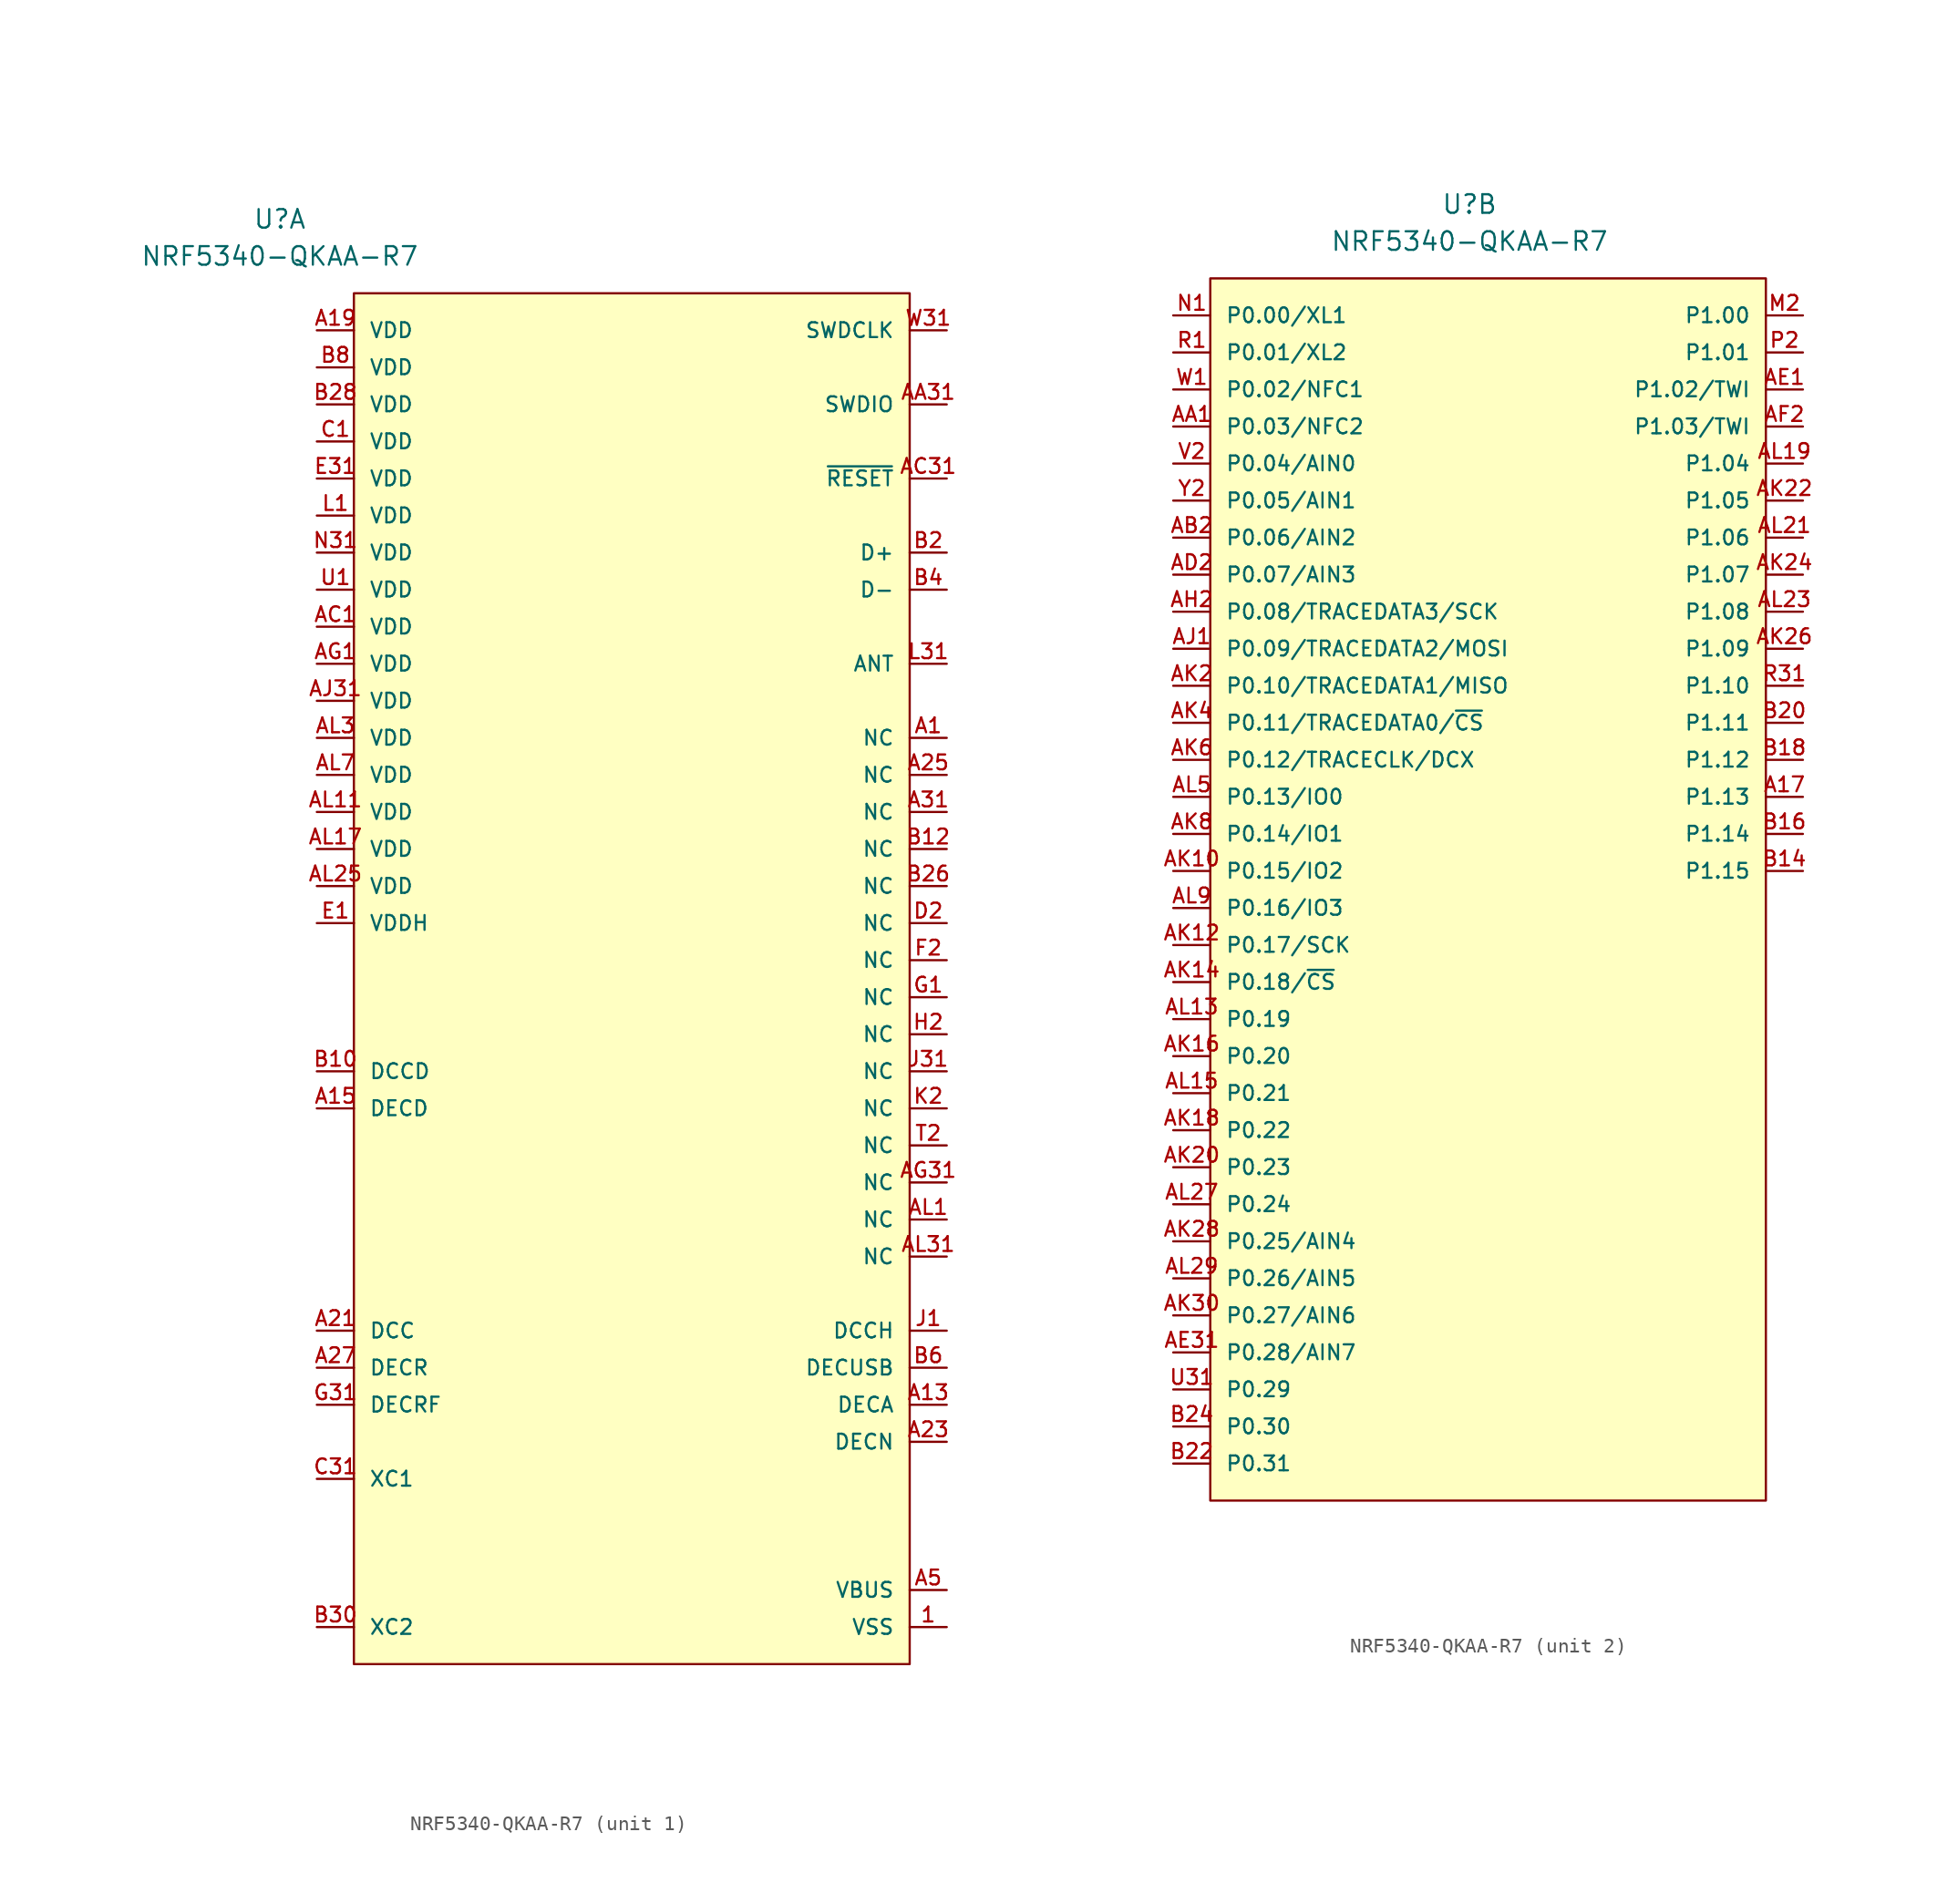
<source format=kicad_sym>
(kicad_symbol_lib
  (version 20220914)
  (generator kicad_symbol_editor)
  (symbol "NRF5340-QKAA-R7"
    (pin_names
      (offset 1.016))
    (property "Reference" "U"
      (at 0 7.62 0)
      (effects (font (size 1.27 1.27))))
    (property "Value" "NRF5340-QKAA-R7"
      (at 0 5.08 0)
      (effects (font (size 1.27 1.27))))
    (property "ki_locked" ""
      (at 0 0 0)
      (effects (font (size 1.27 1.27))))
    (symbol "NRF5340-QKAA-R7_1_1"
      (rectangle (start 5.08 2.54) (end 43.18 -91.44) (stroke (width 0) (type solid)) (fill (type background)))
      (pin power_in line (at 45.72 -88.9 180) (length 2.54) (name "VSS" (effects (font (size 1.016 1.016)))) (number "1" (effects (font (size 1.016 1.016)))))
      (pin passive line (at 45.72 -27.94 180) (length 2.54) (name "NC" (effects (font (size 1.016 1.016)))) (number "A1" (effects (font (size 1.016 1.016)))))
      (pin power_in line (at 45.72 -73.66 180) (length 2.54) (name "DECA" (effects (font (size 1.016 1.016)))) (number "A13" (effects (font (size 1.016 1.016)))))
      (pin power_in line (at 2.54 -53.34 0) (length 2.54) (name "DECD" (effects (font (size 1.016 1.016)))) (number "A15" (effects (font (size 1.016 1.016)))))
      (pin power_in line (at 2.54 0 0) (length 2.54) (name "VDD" (effects (font (size 1.016 1.016)))) (number "A19" (effects (font (size 1.016 1.016)))))
      (pin power_in line (at 2.54 -68.58 0) (length 2.54) (name "DCC" (effects (font (size 1.016 1.016)))) (number "A21" (effects (font (size 1.016 1.016)))))
      (pin power_in line (at 45.72 -76.2 180) (length 2.54) (name "DECN" (effects (font (size 1.016 1.016)))) (number "A23" (effects (font (size 1.016 1.016)))))
      (pin passive line (at 45.72 -30.48 180) (length 2.54) (name "NC" (effects (font (size 1.016 1.016)))) (number "A25" (effects (font (size 1.016 1.016)))))
      (pin power_in line (at 2.54 -71.12 0) (length 2.54) (name "DECR" (effects (font (size 1.016 1.016)))) (number "A27" (effects (font (size 1.016 1.016)))))
      (pin passive line (at 45.72 -33.02 180) (length 2.54) (name "NC" (effects (font (size 1.016 1.016)))) (number "A31" (effects (font (size 1.016 1.016)))))
      (pin power_in line (at 45.72 -86.36 180) (length 2.54) (name "VBUS" (effects (font (size 1.016 1.016)))) (number "A5" (effects (font (size 1.016 1.016)))))
      (pin bidirectional line (at 45.72 -5.08 180) (length 2.54) (name "SWDIO" (effects (font (size 1.016 1.016)))) (number "AA31" (effects (font (size 1.016 1.016)))))
      (pin power_in line (at 2.54 -20.32 0) (length 2.54) (name "VDD" (effects (font (size 1.016 1.016)))) (number "AC1" (effects (font (size 1.016 1.016)))))
      (pin input line (at 45.72 -10.16 180) (length 2.54) (name "~{RESET}" (effects (font (size 1.016 1.016)))) (number "AC31" (effects (font (size 1.016 1.016)))))
      (pin power_in line (at 2.54 -22.86 0) (length 2.54) (name "VDD" (effects (font (size 1.016 1.016)))) (number "AG1" (effects (font (size 1.016 1.016)))))
      (pin passive line (at 45.72 -58.42 180) (length 2.54) (name "NC" (effects (font (size 1.016 1.016)))) (number "AG31" (effects (font (size 1.016 1.016)))))
      (pin power_in line (at 2.54 -25.4 0) (length 2.54) (name "VDD" (effects (font (size 1.016 1.016)))) (number "AJ31" (effects (font (size 1.016 1.016)))))
      (pin passive line (at 45.72 -60.96 180) (length 2.54) (name "NC" (effects (font (size 1.016 1.016)))) (number "AL1" (effects (font (size 1.016 1.016)))))
      (pin power_in line (at 2.54 -33.02 0) (length 2.54) (name "VDD" (effects (font (size 1.016 1.016)))) (number "AL11" (effects (font (size 1.016 1.016)))))
      (pin power_in line (at 2.54 -35.56 0) (length 2.54) (name "VDD" (effects (font (size 1.016 1.016)))) (number "AL17" (effects (font (size 1.016 1.016)))))
      (pin power_in line (at 2.54 -38.1 0) (length 2.54) (name "VDD" (effects (font (size 1.016 1.016)))) (number "AL25" (effects (font (size 1.016 1.016)))))
      (pin power_in line (at 2.54 -27.94 0) (length 2.54) (name "VDD" (effects (font (size 1.016 1.016)))) (number "AL3" (effects (font (size 1.016 1.016)))))
      (pin passive line (at 45.72 -63.5 180) (length 2.54) (name "NC" (effects (font (size 1.016 1.016)))) (number "AL31" (effects (font (size 1.016 1.016)))))
      (pin power_in line (at 2.54 -30.48 0) (length 2.54) (name "VDD" (effects (font (size 1.016 1.016)))) (number "AL7" (effects (font (size 1.016 1.016)))))
      (pin power_in line (at 2.54 -50.8 0) (length 2.54) (name "DCCD" (effects (font (size 1.016 1.016)))) (number "B10" (effects (font (size 1.016 1.016)))))
      (pin passive line (at 45.72 -35.56 180) (length 2.54) (name "NC" (effects (font (size 1.016 1.016)))) (number "B12" (effects (font (size 1.016 1.016)))))
      (pin bidirectional line (at 45.72 -15.24 180) (length 2.54) (name "D+" (effects (font (size 1.016 1.016)))) (number "B2" (effects (font (size 1.016 1.016)))))
      (pin passive line (at 45.72 -38.1 180) (length 2.54) (name "NC" (effects (font (size 1.016 1.016)))) (number "B26" (effects (font (size 1.016 1.016)))))
      (pin power_in line (at 2.54 -5.08 0) (length 2.54) (name "VDD" (effects (font (size 1.016 1.016)))) (number "B28" (effects (font (size 1.016 1.016)))))
      (pin input line (at 2.54 -88.9 0) (length 2.54) (name "XC2" (effects (font (size 1.016 1.016)))) (number "B30" (effects (font (size 1.016 1.016)))))
      (pin bidirectional line (at 45.72 -17.78 180) (length 2.54) (name "D-" (effects (font (size 1.016 1.016)))) (number "B4" (effects (font (size 1.016 1.016)))))
      (pin power_in line (at 45.72 -71.12 180) (length 2.54) (name "DECUSB" (effects (font (size 1.016 1.016)))) (number "B6" (effects (font (size 1.016 1.016)))))
      (pin power_in line (at 2.54 -2.54 0) (length 2.54) (name "VDD" (effects (font (size 1.016 1.016)))) (number "B8" (effects (font (size 1.016 1.016)))))
      (pin power_in line (at 2.54 -7.62 0) (length 2.54) (name "VDD" (effects (font (size 1.016 1.016)))) (number "C1" (effects (font (size 1.016 1.016)))))
      (pin input line (at 2.54 -78.74 0) (length 2.54) (name "XC1" (effects (font (size 1.016 1.016)))) (number "C31" (effects (font (size 1.016 1.016)))))
      (pin passive line (at 45.72 -40.64 180) (length 2.54) (name "NC" (effects (font (size 1.016 1.016)))) (number "D2" (effects (font (size 1.016 1.016)))))
      (pin power_in line (at 2.54 -40.64 0) (length 2.54) (name "VDDH" (effects (font (size 1.016 1.016)))) (number "E1" (effects (font (size 1.016 1.016)))))
      (pin power_in line (at 2.54 -10.16 0) (length 2.54) (name "VDD" (effects (font (size 1.016 1.016)))) (number "E31" (effects (font (size 1.016 1.016)))))
      (pin passive line (at 45.72 -43.18 180) (length 2.54) (name "NC" (effects (font (size 1.016 1.016)))) (number "F2" (effects (font (size 1.016 1.016)))))
      (pin passive line (at 45.72 -45.72 180) (length 2.54) (name "NC" (effects (font (size 1.016 1.016)))) (number "G1" (effects (font (size 1.016 1.016)))))
      (pin power_in line (at 2.54 -73.66 0) (length 2.54) (name "DECRF" (effects (font (size 1.016 1.016)))) (number "G31" (effects (font (size 1.016 1.016)))))
      (pin passive line (at 45.72 -48.26 180) (length 2.54) (name "NC" (effects (font (size 1.016 1.016)))) (number "H2" (effects (font (size 1.016 1.016)))))
      (pin power_in line (at 45.72 -68.58 180) (length 2.54) (name "DCCH" (effects (font (size 1.016 1.016)))) (number "J1" (effects (font (size 1.016 1.016)))))
      (pin passive line (at 45.72 -50.8 180) (length 2.54) (name "NC" (effects (font (size 1.016 1.016)))) (number "J31" (effects (font (size 1.016 1.016)))))
      (pin passive line (at 45.72 -53.34 180) (length 2.54) (name "NC" (effects (font (size 1.016 1.016)))) (number "K2" (effects (font (size 1.016 1.016)))))
      (pin power_in line (at 2.54 -12.7 0) (length 2.54) (name "VDD" (effects (font (size 1.016 1.016)))) (number "L1" (effects (font (size 1.016 1.016)))))
      (pin passive line (at 45.72 -22.86 180) (length 2.54) (name "ANT" (effects (font (size 1.016 1.016)))) (number "L31" (effects (font (size 1.016 1.016)))))
      (pin power_in line (at 2.54 -15.24 0) (length 2.54) (name "VDD" (effects (font (size 1.016 1.016)))) (number "N31" (effects (font (size 1.016 1.016)))))
      (pin passive line (at 45.72 -55.88 180) (length 2.54) (name "NC" (effects (font (size 1.016 1.016)))) (number "T2" (effects (font (size 1.016 1.016)))))
      (pin power_in line (at 2.54 -17.78 0) (length 2.54) (name "VDD" (effects (font (size 1.016 1.016)))) (number "U1" (effects (font (size 1.016 1.016)))))
      (pin input line (at 45.72 0 180) (length 2.54) (name "SWDCLK" (effects (font (size 1.016 1.016)))) (number "W31" (effects (font (size 1.016 1.016))))))
    (symbol "NRF5340-QKAA-R7_2_1"
      (rectangle (start -17.78 2.54) (end 20.32 -81.28) (stroke (width 0) (type solid)) (fill (type background)))
      (pin bidirectional line (at 22.86 -33.02 180) (length 2.54) (name "P1.13" (effects (font (size 1.016 1.016)))) (number "A17" (effects (font (size 1.016 1.016)))))
      (pin bidirectional line (at -20.32 -7.62 0) (length 2.54) (name "P0.03/NFC2" (effects (font (size 1.016 1.016)))) (number "AA1" (effects (font (size 1.016 1.016)))))
      (pin bidirectional line (at -20.32 -15.24 0) (length 2.54) (name "P0.06/AIN2" (effects (font (size 1.016 1.016)))) (number "AB2" (effects (font (size 1.016 1.016)))))
      (pin bidirectional line (at -20.32 -17.78 0) (length 2.54) (name "P0.07/AIN3" (effects (font (size 1.016 1.016)))) (number "AD2" (effects (font (size 1.016 1.016)))))
      (pin bidirectional line (at 22.86 -5.08 180) (length 2.54) (name "P1.02/TWI" (effects (font (size 1.016 1.016)))) (number "AE1" (effects (font (size 1.016 1.016)))))
      (pin bidirectional line (at -20.32 -71.12 0) (length 2.54) (name "P0.28/AIN7" (effects (font (size 1.016 1.016)))) (number "AE31" (effects (font (size 1.016 1.016)))))
      (pin bidirectional line (at 22.86 -7.62 180) (length 2.54) (name "P1.03/TWI" (effects (font (size 1.016 1.016)))) (number "AF2" (effects (font (size 1.016 1.016)))))
      (pin bidirectional line (at -20.32 -20.32 0) (length 2.54) (name "P0.08/TRACEDATA3/SCK" (effects (font (size 1.016 1.016)))) (number "AH2" (effects (font (size 1.016 1.016)))))
      (pin bidirectional line (at -20.32 -22.86 0) (length 2.54) (name "P0.09/TRACEDATA2/MOSI" (effects (font (size 1.016 1.016)))) (number "AJ1" (effects (font (size 1.016 1.016)))))
      (pin bidirectional line (at -20.32 -38.1 0) (length 2.54) (name "P0.15/IO2" (effects (font (size 1.016 1.016)))) (number "AK10" (effects (font (size 1.016 1.016)))))
      (pin bidirectional line (at -20.32 -43.18 0) (length 2.54) (name "P0.17/SCK" (effects (font (size 1.016 1.016)))) (number "AK12" (effects (font (size 1.016 1.016)))))
      (pin bidirectional line (at -20.32 -45.72 0) (length 2.54) (name "P0.18/~{CS}" (effects (font (size 1.016 1.016)))) (number "AK14" (effects (font (size 1.016 1.016)))))
      (pin bidirectional line (at -20.32 -50.8 0) (length 2.54) (name "P0.20" (effects (font (size 1.016 1.016)))) (number "AK16" (effects (font (size 1.016 1.016)))))
      (pin bidirectional line (at -20.32 -55.88 0) (length 2.54) (name "P0.22" (effects (font (size 1.016 1.016)))) (number "AK18" (effects (font (size 1.016 1.016)))))
      (pin bidirectional line (at -20.32 -25.4 0) (length 2.54) (name "P0.10/TRACEDATA1/MISO" (effects (font (size 1.016 1.016)))) (number "AK2" (effects (font (size 1.016 1.016)))))
      (pin bidirectional line (at -20.32 -58.42 0) (length 2.54) (name "P0.23" (effects (font (size 1.016 1.016)))) (number "AK20" (effects (font (size 1.016 1.016)))))
      (pin bidirectional line (at 22.86 -12.7 180) (length 2.54) (name "P1.05" (effects (font (size 1.016 1.016)))) (number "AK22" (effects (font (size 1.016 1.016)))))
      (pin bidirectional line (at 22.86 -17.78 180) (length 2.54) (name "P1.07" (effects (font (size 1.016 1.016)))) (number "AK24" (effects (font (size 1.016 1.016)))))
      (pin bidirectional line (at 22.86 -22.86 180) (length 2.54) (name "P1.09" (effects (font (size 1.016 1.016)))) (number "AK26" (effects (font (size 1.016 1.016)))))
      (pin bidirectional line (at -20.32 -63.5 0) (length 2.54) (name "P0.25/AIN4" (effects (font (size 1.016 1.016)))) (number "AK28" (effects (font (size 1.016 1.016)))))
      (pin bidirectional line (at -20.32 -68.58 0) (length 2.54) (name "P0.27/AIN6" (effects (font (size 1.016 1.016)))) (number "AK30" (effects (font (size 1.016 1.016)))))
      (pin bidirectional line (at -20.32 -27.94 0) (length 2.54) (name "P0.11/TRACEDATA0/~{CS}" (effects (font (size 1.016 1.016)))) (number "AK4" (effects (font (size 1.016 1.016)))))
      (pin bidirectional line (at -20.32 -30.48 0) (length 2.54) (name "P0.12/TRACECLK/DCX" (effects (font (size 1.016 1.016)))) (number "AK6" (effects (font (size 1.016 1.016)))))
      (pin bidirectional line (at -20.32 -35.56 0) (length 2.54) (name "P0.14/IO1" (effects (font (size 1.016 1.016)))) (number "AK8" (effects (font (size 1.016 1.016)))))
      (pin bidirectional line (at -20.32 -48.26 0) (length 2.54) (name "P0.19" (effects (font (size 1.016 1.016)))) (number "AL13" (effects (font (size 1.016 1.016)))))
      (pin bidirectional line (at -20.32 -53.34 0) (length 2.54) (name "P0.21" (effects (font (size 1.016 1.016)))) (number "AL15" (effects (font (size 1.016 1.016)))))
      (pin bidirectional line (at 22.86 -10.16 180) (length 2.54) (name "P1.04" (effects (font (size 1.016 1.016)))) (number "AL19" (effects (font (size 1.016 1.016)))))
      (pin bidirectional line (at 22.86 -15.24 180) (length 2.54) (name "P1.06" (effects (font (size 1.016 1.016)))) (number "AL21" (effects (font (size 1.016 1.016)))))
      (pin bidirectional line (at 22.86 -20.32 180) (length 2.54) (name "P1.08" (effects (font (size 1.016 1.016)))) (number "AL23" (effects (font (size 1.016 1.016)))))
      (pin bidirectional line (at -20.32 -60.96 0) (length 2.54) (name "P0.24" (effects (font (size 1.016 1.016)))) (number "AL27" (effects (font (size 1.016 1.016)))))
      (pin bidirectional line (at -20.32 -66.04 0) (length 2.54) (name "P0.26/AIN5" (effects (font (size 1.016 1.016)))) (number "AL29" (effects (font (size 1.016 1.016)))))
      (pin bidirectional line (at -20.32 -33.02 0) (length 2.54) (name "P0.13/IO0" (effects (font (size 1.016 1.016)))) (number "AL5" (effects (font (size 1.016 1.016)))))
      (pin bidirectional line (at -20.32 -40.64 0) (length 2.54) (name "P0.16/IO3" (effects (font (size 1.016 1.016)))) (number "AL9" (effects (font (size 1.016 1.016)))))
      (pin bidirectional line (at 22.86 -38.1 180) (length 2.54) (name "P1.15" (effects (font (size 1.016 1.016)))) (number "B14" (effects (font (size 1.016 1.016)))))
      (pin bidirectional line (at 22.86 -35.56 180) (length 2.54) (name "P1.14" (effects (font (size 1.016 1.016)))) (number "B16" (effects (font (size 1.016 1.016)))))
      (pin bidirectional line (at 22.86 -30.48 180) (length 2.54) (name "P1.12" (effects (font (size 1.016 1.016)))) (number "B18" (effects (font (size 1.016 1.016)))))
      (pin bidirectional line (at 22.86 -27.94 180) (length 2.54) (name "P1.11" (effects (font (size 1.016 1.016)))) (number "B20" (effects (font (size 1.016 1.016)))))
      (pin bidirectional line (at -20.32 -78.74 0) (length 2.54) (name "P0.31" (effects (font (size 1.016 1.016)))) (number "B22" (effects (font (size 1.016 1.016)))))
      (pin bidirectional line (at -20.32 -76.2 0) (length 2.54) (name "P0.30" (effects (font (size 1.016 1.016)))) (number "B24" (effects (font (size 1.016 1.016)))))
      (pin bidirectional line (at 22.86 0 180) (length 2.54) (name "P1.00" (effects (font (size 1.016 1.016)))) (number "M2" (effects (font (size 1.016 1.016)))))
      (pin bidirectional line (at -20.32 0 0) (length 2.54) (name "P0.00/XL1" (effects (font (size 1.016 1.016)))) (number "N1" (effects (font (size 1.016 1.016)))))
      (pin bidirectional line (at 22.86 -2.54 180) (length 2.54) (name "P1.01" (effects (font (size 1.016 1.016)))) (number "P2" (effects (font (size 1.016 1.016)))))
      (pin bidirectional line (at -20.32 -2.54 0) (length 2.54) (name "P0.01/XL2" (effects (font (size 1.016 1.016)))) (number "R1" (effects (font (size 1.016 1.016)))))
      (pin bidirectional line (at 22.86 -25.4 180) (length 2.54) (name "P1.10" (effects (font (size 1.016 1.016)))) (number "R31" (effects (font (size 1.016 1.016)))))
      (pin bidirectional line (at -20.32 -73.66 0) (length 2.54) (name "P0.29" (effects (font (size 1.016 1.016)))) (number "U31" (effects (font (size 1.016 1.016)))))
      (pin bidirectional line (at -20.32 -10.16 0) (length 2.54) (name "P0.04/AIN0" (effects (font (size 1.016 1.016)))) (number "V2" (effects (font (size 1.016 1.016)))))
      (pin bidirectional line (at -20.32 -5.08 0) (length 2.54) (name "P0.02/NFC1" (effects (font (size 1.016 1.016)))) (number "W1" (effects (font (size 1.016 1.016)))))
      (pin bidirectional line (at -20.32 -12.7 0) (length 2.54) (name "P0.05/AIN1" (effects (font (size 1.016 1.016)))) (number "Y2" (effects (font (size 1.016 1.016))))))))
</source>
